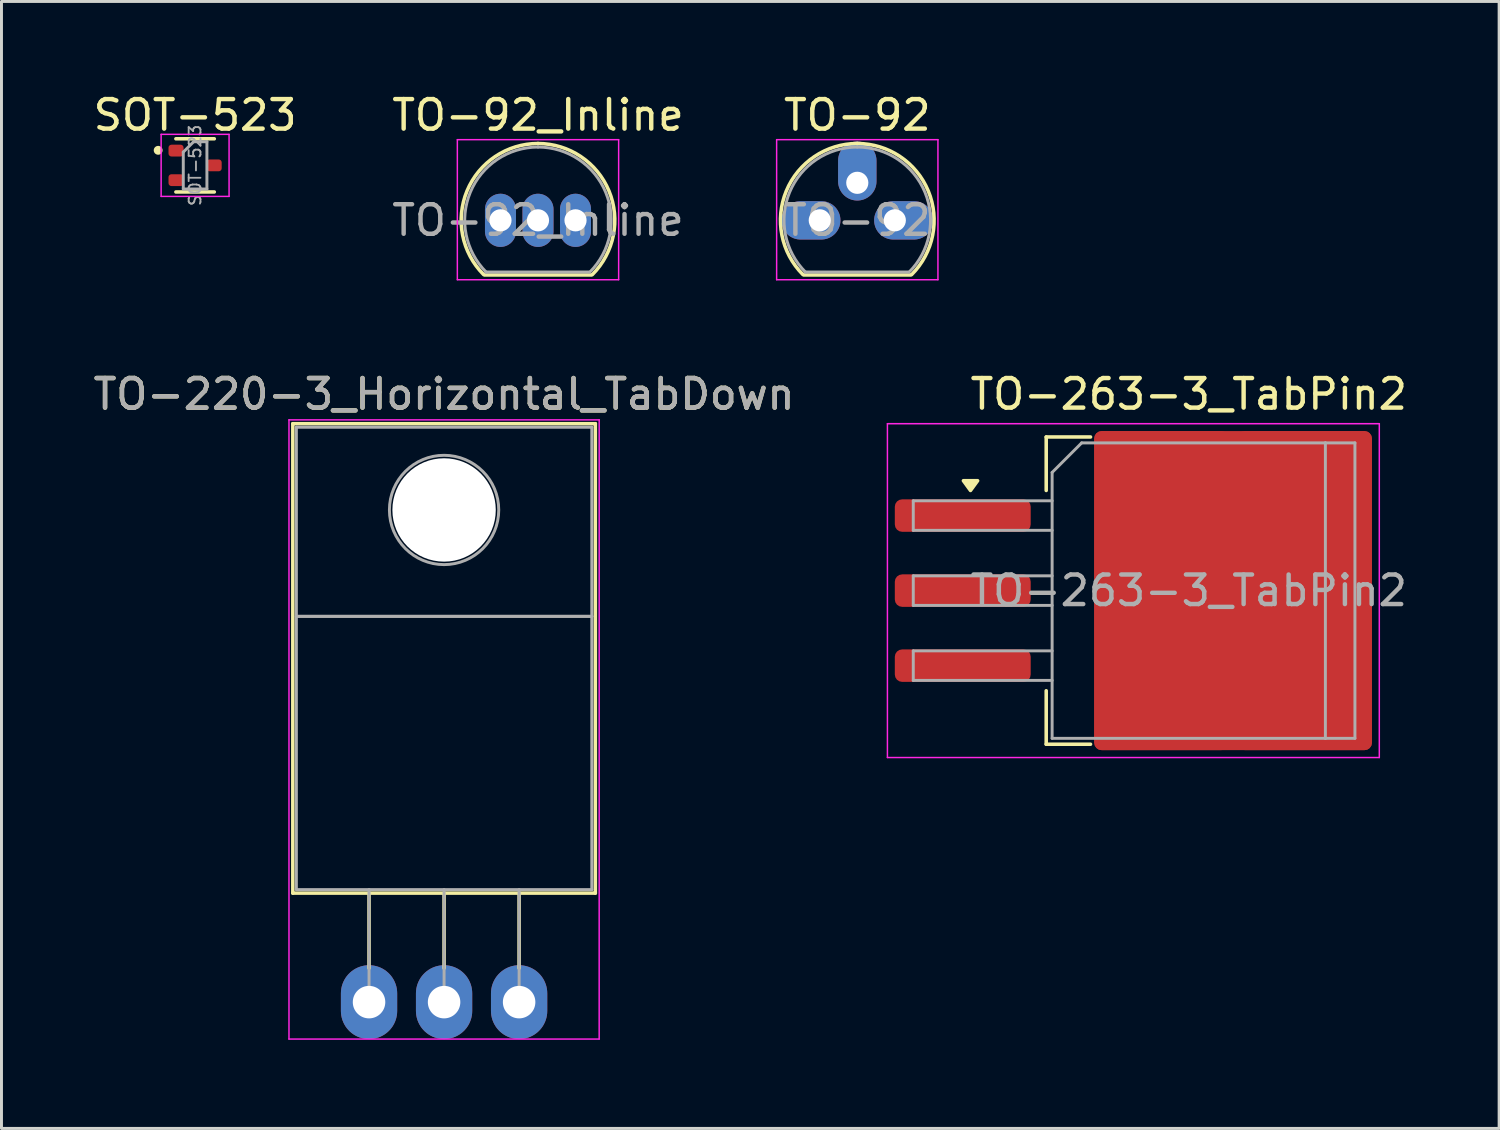
<source format=kicad_pcb>
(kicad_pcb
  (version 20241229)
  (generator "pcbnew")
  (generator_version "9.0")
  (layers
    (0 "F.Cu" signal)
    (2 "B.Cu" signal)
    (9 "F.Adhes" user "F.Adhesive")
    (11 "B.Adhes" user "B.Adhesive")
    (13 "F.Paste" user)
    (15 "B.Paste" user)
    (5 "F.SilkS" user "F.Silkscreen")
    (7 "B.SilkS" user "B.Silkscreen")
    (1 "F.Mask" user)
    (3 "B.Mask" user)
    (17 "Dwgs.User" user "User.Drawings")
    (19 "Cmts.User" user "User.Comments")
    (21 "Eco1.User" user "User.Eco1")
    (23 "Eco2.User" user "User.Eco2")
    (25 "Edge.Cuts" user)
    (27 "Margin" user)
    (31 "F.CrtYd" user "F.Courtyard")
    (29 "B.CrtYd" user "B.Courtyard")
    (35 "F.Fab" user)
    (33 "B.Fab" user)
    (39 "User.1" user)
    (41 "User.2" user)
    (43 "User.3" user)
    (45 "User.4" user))
  (footprint "TO-92"
    (layer "F.Cu")
    (at 24.699 4.408)
    (property "Reference" "TO-92" (at 1.27 -3.56 0) (layer "F.SilkS") (effects (font (size 1 1) (thickness 0.15))))
    (attr through_hole)
    (fp_line (start -0.53 1.85) (end 3.07 1.85) (stroke (width 0.12) (type solid)) (layer "F.SilkS"))
    (fp_arc (start -0.568478 1.838478) (mid -1.132087 -0.994977) (end 1.27 -2.6) (stroke (width 0.12) (type solid)) (layer "F.SilkS"))
    (fp_arc (start 1.27 -2.6) (mid 3.672087 -0.994977) (end 3.108478 1.838478) (stroke (width 0.12) (type solid)) (layer "F.SilkS"))
    (fp_line (start -1.46 -2.73) (end -1.46 2.01) (stroke (width 0.05) (type solid)) (layer "F.CrtYd"))
    (fp_line (start -1.46 -2.73) (end 4 -2.73) (stroke (width 0.05) (type solid)) (layer "F.CrtYd"))
    (fp_line (start 4 2.01) (end -1.46 2.01) (stroke (width 0.05) (type solid)) (layer "F.CrtYd"))
    (fp_line (start 4 2.01) (end 4 -2.73) (stroke (width 0.05) (type solid)) (layer "F.CrtYd"))
    (fp_line (start -0.5 1.75) (end 3 1.75) (stroke (width 0.1) (type solid)) (layer "F.Fab"))
    (fp_arc (start -0.483625 1.753625) (mid -1.021221 -0.949055) (end 1.27 -2.48) (stroke (width 0.1) (type solid)) (layer "F.Fab"))
    (fp_arc (start 1.27 -2.48) (mid 3.561221 -0.949055) (end 3.023625 1.753625) (stroke (width 0.1) (type solid)) (layer "F.Fab"))
    (fp_text user "${REFERENCE}" (at 1.27 0 0) (layer "F.Fab") (effects (font (size 1 1) (thickness 0.15))))
    (pad "1" thru_hole oval (at 0 0) (size 2 1.3) (drill 0.75 (offset -0.3 0)) (layers "*.Cu" "*.Mask"))
    (pad "2" thru_hole oval (at 1.27 -1.27) (size 1.3 2) (drill 0.75 (offset 0 -0.4)) (layers "*.Cu" "*.Mask"))
    (pad "3" thru_hole oval (at 2.54 0) (size 2 1.3) (drill 0.75 (offset 0.3 0)) (layers "*.Cu" "*.Mask")))
  (footprint "TO-220-3_Horizontal_TabDown"
    (layer "F.Cu")
    (at 9.442 30.872)
    (property "Reference" "TO-220-3_Horizontal_TabDown" (at 2.54 -20.58 0) (layer "F.SilkS") (effects (font (size 1 1) (thickness 0.15))))
    (attr through_hole)
    (fp_line (start -2.58 -19.58) (end -2.58 -3.69) (stroke (width 0.12) (type solid)) (layer "F.SilkS"))
    (fp_line (start -2.58 -19.58) (end 7.66 -19.58) (stroke (width 0.12) (type solid)) (layer "F.SilkS"))
    (fp_line (start -2.58 -3.69) (end 7.66 -3.69) (stroke (width 0.12) (type solid)) (layer "F.SilkS"))
    (fp_line (start 0 -3.69) (end 0 -1.15) (stroke (width 0.12) (type solid)) (layer "F.SilkS"))
    (fp_line (start 2.54 -3.69) (end 2.54 -1.15) (stroke (width 0.12) (type solid)) (layer "F.SilkS"))
    (fp_line (start 5.08 -3.69) (end 5.08 -1.15) (stroke (width 0.12) (type solid)) (layer "F.SilkS"))
    (fp_line (start 7.66 -19.58) (end 7.66 -3.69) (stroke (width 0.12) (type solid)) (layer "F.SilkS"))
    (fp_line (start -2.71 -19.71) (end -2.71 1.25) (stroke (width 0.05) (type solid)) (layer "F.CrtYd"))
    (fp_line (start -2.71 1.25) (end 7.79 1.25) (stroke (width 0.05) (type solid)) (layer "F.CrtYd"))
    (fp_line (start 7.79 -19.71) (end -2.71 -19.71) (stroke (width 0.05) (type solid)) (layer "F.CrtYd"))
    (fp_line (start 7.79 1.25) (end 7.79 -19.71) (stroke (width 0.05) (type solid)) (layer "F.CrtYd"))
    (fp_line (start -2.46 -19.46) (end 7.54 -19.46) (stroke (width 0.1) (type solid)) (layer "F.Fab"))
    (fp_line (start -2.46 -13.06) (end -2.46 -19.46) (stroke (width 0.1) (type solid)) (layer "F.Fab"))
    (fp_line (start -2.46 -13.06) (end 7.54 -13.06) (stroke (width 0.1) (type solid)) (layer "F.Fab"))
    (fp_line (start -2.46 -3.81) (end -2.46 -13.06) (stroke (width 0.1) (type solid)) (layer "F.Fab"))
    (fp_line (start 0 -3.81) (end 0 0) (stroke (width 0.1) (type solid)) (layer "F.Fab"))
    (fp_line (start 2.54 -3.81) (end 2.54 0) (stroke (width 0.1) (type solid)) (layer "F.Fab"))
    (fp_line (start 5.08 -3.81) (end 5.08 0) (stroke (width 0.1) (type solid)) (layer "F.Fab"))
    (fp_line (start 7.54 -19.46) (end 7.54 -13.06) (stroke (width 0.1) (type solid)) (layer "F.Fab"))
    (fp_line (start 7.54 -13.06) (end -2.46 -13.06) (stroke (width 0.1) (type solid)) (layer "F.Fab"))
    (fp_line (start 7.54 -13.06) (end 7.54 -3.81) (stroke (width 0.1) (type solid)) (layer "F.Fab"))
    (fp_line (start 7.54 -3.81) (end -2.46 -3.81) (stroke (width 0.1) (type solid)) (layer "F.Fab"))
    (fp_circle (center 2.54 -16.66) (end 4.39 -16.66) (stroke (width 0.1) (type solid)) (fill no) (layer "F.Fab"))
    (fp_text user "${REFERENCE}" (at 2.54 -20.58 0) (layer "F.Fab") (effects (font (size 1 1) (thickness 0.15))))
    (pad "" np_thru_hole oval (at 2.54 -16.66) (size 3.5 3.5) (drill 3.5) (layers "*.Cu" "*.Mask"))
    (pad "1" thru_hole oval (at 0 0) (size 1.905 2.5) (drill 1.1) (layers "*.Cu" "*.Mask"))
    (pad "2" thru_hole oval (at 2.54 0) (size 1.905 2.5) (drill 1.1) (layers "*.Cu" "*.Mask"))
    (pad "3" thru_hole oval (at 5.08 0) (size 1.905 2.5) (drill 1.1) (layers "*.Cu" "*.Mask")))
  (footprint "TO-263-3_TabPin2"
    (layer "F.Cu")
    (at 37.189 16.942)
    (property "Reference" "TO-263-3_TabPin2" (at 0 -6.65 0) (layer "F.SilkS") (effects (font (size 1 1) (thickness 0.15))))
    (attr smd)
    (fp_line (start -4.825 -5.2) (end -4.825 -3.39) (stroke (width 0.12) (type solid)) (layer "F.SilkS"))
    (fp_line (start -4.825 5.2) (end -4.825 3.39) (stroke (width 0.12) (type solid)) (layer "F.SilkS"))
    (fp_line (start -3.325 -5.2) (end -4.825 -5.2) (stroke (width 0.12) (type solid)) (layer "F.SilkS"))
    (fp_line (start -3.325 5.2) (end -4.825 5.2) (stroke (width 0.12) (type solid)) (layer "F.SilkS"))
    (fp_poly (pts (xy -7.388 -3.39) (xy -7.628 -3.72) (xy -7.147 -3.72) (xy -7.388 -3.39)) (stroke (width 0.12) (type solid)) (fill yes) (layer "F.SilkS"))
    (fp_line (start -10.2 -5.65) (end -10.2 5.65) (stroke (width 0.05) (type solid)) (layer "F.CrtYd"))
    (fp_line (start -10.2 5.65) (end 6.45 5.65) (stroke (width 0.05) (type solid)) (layer "F.CrtYd"))
    (fp_line (start 6.45 -5.65) (end -10.2 -5.65) (stroke (width 0.05) (type solid)) (layer "F.CrtYd"))
    (fp_line (start 6.45 5.65) (end 6.45 -5.65) (stroke (width 0.05) (type solid)) (layer "F.CrtYd"))
    (fp_line (start -9.325 -3.04) (end -9.325 -2.04) (stroke (width 0.1) (type solid)) (layer "F.Fab"))
    (fp_line (start -9.325 -2.04) (end -4.625 -2.04) (stroke (width 0.1) (type solid)) (layer "F.Fab"))
    (fp_line (start -9.325 -0.5) (end -9.325 0.5) (stroke (width 0.1) (type solid)) (layer "F.Fab"))
    (fp_line (start -9.325 0.5) (end -4.625 0.5) (stroke (width 0.1) (type solid)) (layer "F.Fab"))
    (fp_line (start -9.325 2.04) (end -9.325 3.04) (stroke (width 0.1) (type solid)) (layer "F.Fab"))
    (fp_line (start -9.325 3.04) (end -4.625 3.04) (stroke (width 0.1) (type solid)) (layer "F.Fab"))
    (fp_line (start -4.625 -4) (end -3.625 -5) (stroke (width 0.1) (type solid)) (layer "F.Fab"))
    (fp_line (start -4.625 -3.04) (end -9.325 -3.04) (stroke (width 0.1) (type solid)) (layer "F.Fab"))
    (fp_line (start -4.625 -0.5) (end -9.325 -0.5) (stroke (width 0.1) (type solid)) (layer "F.Fab"))
    (fp_line (start -4.625 2.04) (end -9.325 2.04) (stroke (width 0.1) (type solid)) (layer "F.Fab"))
    (fp_line (start -4.625 5) (end -4.625 -4) (stroke (width 0.1) (type solid)) (layer "F.Fab"))
    (fp_line (start -3.625 -5) (end 4.625 -5) (stroke (width 0.1) (type solid)) (layer "F.Fab"))
    (fp_line (start 4.625 -5) (end 4.625 5) (stroke (width 0.1) (type solid)) (layer "F.Fab"))
    (fp_line (start 4.625 -5) (end 5.625 -5) (stroke (width 0.1) (type solid)) (layer "F.Fab"))
    (fp_line (start 4.625 5) (end -4.625 5) (stroke (width 0.1) (type solid)) (layer "F.Fab"))
    (fp_line (start 5.625 -5) (end 5.625 5) (stroke (width 0.1) (type solid)) (layer "F.Fab"))
    (fp_line (start 5.625 5) (end 4.625 5) (stroke (width 0.1) (type solid)) (layer "F.Fab"))
    (fp_text user "${REFERENCE}" (at 0 0 0) (layer "F.Fab") (effects (font (size 1 1) (thickness 0.15))))
    (pad "1" smd roundrect (at -7.65 -2.54) (size 4.6 1.1) (layers "F.Cu" "F.Mask" "F.Paste") (roundrect_rratio 0.227))
    (pad "2" smd roundrect (at -7.65 0) (size 4.6 1.1) (layers "F.Cu" "F.Mask" "F.Paste") (roundrect_rratio 0.227))
    (pad "2" smd roundrect (at -0.925 -2.775) (size 4.55 5.25) (layers "F.Cu" "F.Paste") (roundrect_rratio 0.055))
    (pad "2" smd roundrect (at -0.925 2.775) (size 4.55 5.25) (layers "F.Cu" "F.Paste") (roundrect_rratio 0.055))
    (pad "2" smd roundrect (at 1.5 0) (size 9.4 10.8) (layers "F.Cu" "F.Mask") (roundrect_rratio 0.027))
    (pad "2" smd roundrect (at 3.925 -2.775) (size 4.55 5.25) (layers "F.Cu" "F.Paste") (roundrect_rratio 0.055))
    (pad "2" smd roundrect (at 3.925 2.775) (size 4.55 5.25) (layers "F.Cu" "F.Paste") (roundrect_rratio 0.055))
    (pad "3" smd roundrect (at -7.65 2.54) (size 4.6 1.1) (layers "F.Cu" "F.Mask" "F.Paste") (roundrect_rratio 0.227)))
  (footprint "SOT-523"
    (layer "F.Cu")
    (at 3.554 2.548)
    (property "Reference" "SOT-523" (at 0 -1.7 0) (layer "F.SilkS") (effects (font (size 1 1) (thickness 0.15))))
    (attr smd)
    (fp_line (start 0.65 -0.9) (end -0.65 -0.9) (stroke (width 0.12) (type solid)) (layer "F.SilkS"))
    (fp_line (start 0.65 0.9) (end -0.65 0.9) (stroke (width 0.12) (type solid)) (layer "F.SilkS"))
    (fp_circle (center -1.25 -0.51) (end -1.1 -0.51) (stroke (width 0) (type solid)) (fill yes) (layer "F.SilkS"))
    (fp_line (start -1.15 -1.05) (end -1.15 1.05) (stroke (width 0.05) (type solid)) (layer "F.CrtYd"))
    (fp_line (start -1.15 -1.05) (end 1.15 -1.05) (stroke (width 0.05) (type solid)) (layer "F.CrtYd"))
    (fp_line (start 1.15 1.05) (end -1.15 1.05) (stroke (width 0.05) (type solid)) (layer "F.CrtYd"))
    (fp_line (start 1.15 1.05) (end 1.15 -1.05) (stroke (width 0.05) (type solid)) (layer "F.CrtYd"))
    (fp_line (start -0.4 -0.45) (end -0.4 0.8) (stroke (width 0.1) (type solid)) (layer "F.Fab"))
    (fp_line (start -0.4 -0.45) (end -0.05 -0.8) (stroke (width 0.1) (type solid)) (layer "F.Fab"))
    (fp_line (start -0.4 0.8) (end 0.4 0.8) (stroke (width 0.1) (type solid)) (layer "F.Fab"))
    (fp_line (start 0.4 -0.8) (end -0.05 -0.8) (stroke (width 0.1) (type solid)) (layer "F.Fab"))
    (fp_line (start 0.4 0.8) (end 0.4 -0.8) (stroke (width 0.1) (type solid)) (layer "F.Fab"))
    (fp_text user "${REFERENCE}" (at 0 0 270) (layer "F.Fab") (effects (font (size 0.4 0.4) (thickness 0.062))))
    (pad "1" smd roundrect (at -0.645 -0.5 180) (size 0.51 0.4) (layers "F.Cu" "F.Mask" "F.Paste") (roundrect_rratio 0.25))
    (pad "2" smd roundrect (at -0.645 0.5 180) (size 0.51 0.4) (layers "F.Cu" "F.Mask" "F.Paste") (roundrect_rratio 0.25))
    (pad "3" smd roundrect (at 0.645 0 180) (size 0.51 0.4) (layers "F.Cu" "F.Mask" "F.Paste") (roundrect_rratio 0.25)))
  (footprint "TO-92_Inline"
    (layer "F.Cu")
    (at 13.891 4.408)
    (property "Reference" "TO-92_Inline" (at 1.27 -3.56 0) (layer "F.SilkS") (effects (font (size 1 1) (thickness 0.15))))
    (attr through_hole)
    (fp_line (start -0.53 1.85) (end 3.07 1.85) (stroke (width 0.12) (type solid)) (layer "F.SilkS"))
    (fp_arc (start -0.568478 1.838478) (mid -1.132087 -0.994977) (end 1.27 -2.6) (stroke (width 0.12) (type solid)) (layer "F.SilkS"))
    (fp_arc (start 1.27 -2.6) (mid 3.672087 -0.994977) (end 3.108478 1.838478) (stroke (width 0.12) (type solid)) (layer "F.SilkS"))
    (fp_line (start -1.46 -2.73) (end -1.46 2.01) (stroke (width 0.05) (type solid)) (layer "F.CrtYd"))
    (fp_line (start -1.46 -2.73) (end 4 -2.73) (stroke (width 0.05) (type solid)) (layer "F.CrtYd"))
    (fp_line (start 4 2.01) (end -1.46 2.01) (stroke (width 0.05) (type solid)) (layer "F.CrtYd"))
    (fp_line (start 4 2.01) (end 4 -2.73) (stroke (width 0.05) (type solid)) (layer "F.CrtYd"))
    (fp_line (start -0.5 1.75) (end 3 1.75) (stroke (width 0.1) (type solid)) (layer "F.Fab"))
    (fp_arc (start -0.483625 1.753625) (mid -1.021221 -0.949055) (end 1.27 -2.48) (stroke (width 0.1) (type solid)) (layer "F.Fab"))
    (fp_arc (start 1.27 -2.48) (mid 3.561221 -0.949055) (end 3.023625 1.753625) (stroke (width 0.1) (type solid)) (layer "F.Fab"))
    (fp_text user "${REFERENCE}" (at 1.27 0 0) (layer "F.Fab") (effects (font (size 1 1) (thickness 0.15))))
    (pad "1" thru_hole oval (at 0 0) (size 1.05 1.8) (drill 0.75) (layers "*.Cu" "*.Mask"))
    (pad "2" thru_hole oval (at 1.27 0) (size 1.05 1.8) (drill 0.75) (layers "*.Cu" "*.Mask"))
    (pad "3" thru_hole oval (at 2.54 0) (size 1.05 1.8) (drill 0.75) (layers "*.Cu" "*.Mask")))
  (gr_rect
    (start -3 -3)
    (end 47.695 35.147)
    (stroke (width 0.1) (type default))
    (fill no)
    (layer "Edge.Cuts")))
</source>
